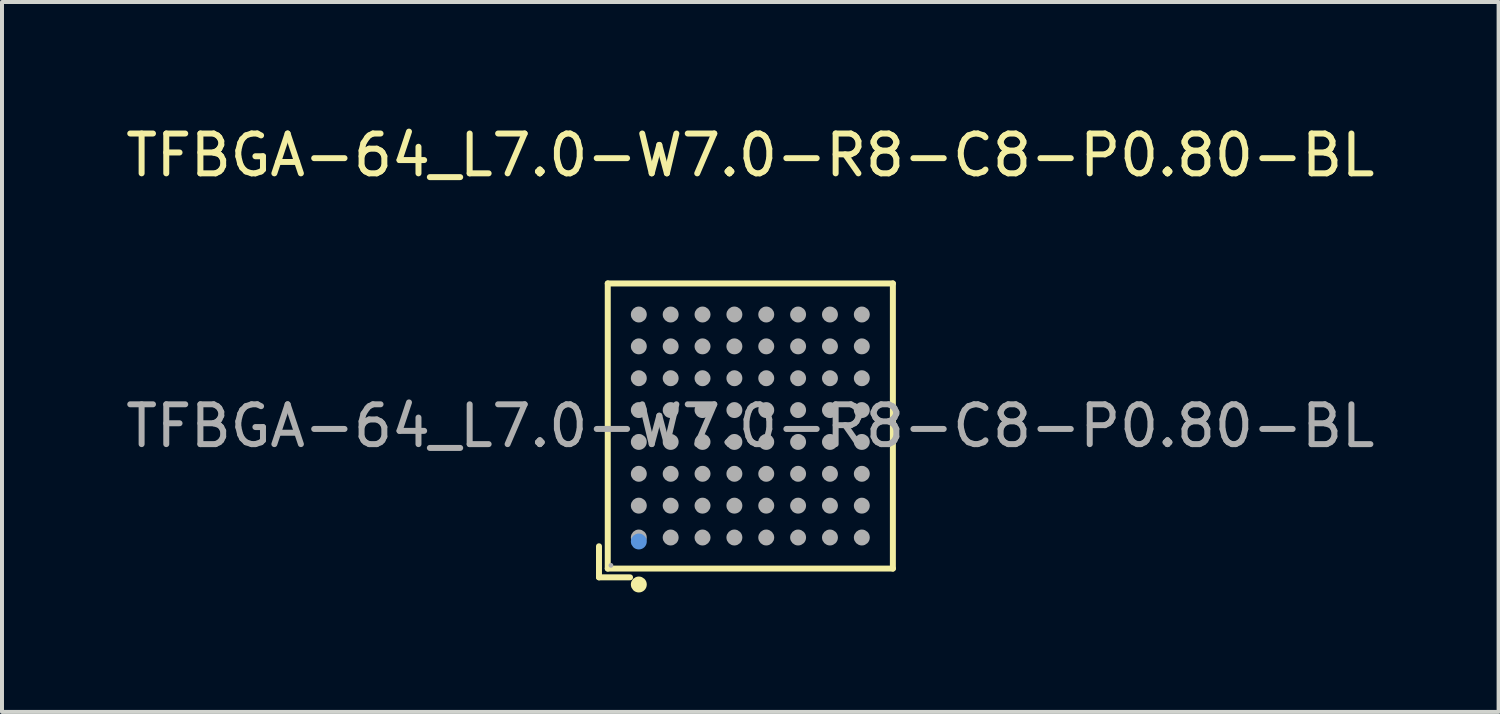
<source format=kicad_pcb>
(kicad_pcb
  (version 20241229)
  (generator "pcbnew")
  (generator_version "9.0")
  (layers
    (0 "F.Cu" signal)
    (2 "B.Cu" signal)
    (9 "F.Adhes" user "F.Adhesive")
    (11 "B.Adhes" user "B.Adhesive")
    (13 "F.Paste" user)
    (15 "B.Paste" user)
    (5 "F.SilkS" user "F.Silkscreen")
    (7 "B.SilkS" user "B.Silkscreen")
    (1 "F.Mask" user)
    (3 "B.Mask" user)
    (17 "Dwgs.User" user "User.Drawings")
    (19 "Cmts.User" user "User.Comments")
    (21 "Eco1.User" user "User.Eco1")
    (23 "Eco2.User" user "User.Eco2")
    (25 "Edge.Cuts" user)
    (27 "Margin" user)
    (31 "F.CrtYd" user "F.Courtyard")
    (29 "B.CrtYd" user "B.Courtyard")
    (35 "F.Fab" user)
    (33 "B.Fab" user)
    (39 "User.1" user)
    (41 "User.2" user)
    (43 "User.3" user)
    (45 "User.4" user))
  (footprint "TFBGA-64_L7.0-W7.0-R8-C8-P0.80-BL"
    (layer "F.Cu")
    (at 15.792 7.648)
    (property "Reference" "TFBGA-64_L7.0-W7.0-R8-C8-P0.80-BL" (at 0 -6.8 0) (layer "F.SilkS") (effects (font (size 1 1) (thickness 0.15))))
    (attr through_hole)
    (fp_line (start -3.8 3.02) (end -3.8 3.8) (stroke (width 0.15) (type solid)) (layer "F.SilkS"))
    (fp_line (start -3.8 3.8) (end -3.02 3.8) (stroke (width 0.15) (type solid)) (layer "F.SilkS"))
    (fp_line (start -3.58 -3.58) (end 3.58 -3.58) (stroke (width 0.15) (type solid)) (layer "F.SilkS"))
    (fp_line (start -3.58 3.58) (end -3.58 -3.58) (stroke (width 0.15) (type solid)) (layer "F.SilkS"))
    (fp_line (start 3.58 -3.58) (end 3.58 3.58) (stroke (width 0.15) (type solid)) (layer "F.SilkS"))
    (fp_line (start 3.58 3.58) (end -3.58 3.58) (stroke (width 0.15) (type solid)) (layer "F.SilkS"))
    (fp_circle (center -2.8 3.98) (end -2.7 3.98) (stroke (width 0.2) (type solid)) (fill no) (layer "F.SilkS"))
    (fp_circle (center -2.8 2.9) (end -2.7 2.9) (stroke (width 0.2) (type solid)) (fill no) (layer "Cmts.User"))
    (fp_circle (center -3.5 3.5) (end -3.47 3.5) (stroke (width 0.06) (type solid)) (fill no) (layer "F.Fab"))
    (fp_circle (center -2.8 -2.8) (end -2.7 -2.8) (stroke (width 0.2) (type solid)) (fill no) (layer "F.Fab"))
    (fp_circle (center -2.8 -2) (end -2.7 -2) (stroke (width 0.2) (type solid)) (fill no) (layer "F.Fab"))
    (fp_circle (center -2.8 -1.2) (end -2.7 -1.2) (stroke (width 0.2) (type solid)) (fill no) (layer "F.Fab"))
    (fp_circle (center -2.8 -0.4) (end -2.7 -0.4) (stroke (width 0.2) (type solid)) (fill no) (layer "F.Fab"))
    (fp_circle (center -2.8 0.4) (end -2.7 0.4) (stroke (width 0.2) (type solid)) (fill no) (layer "F.Fab"))
    (fp_circle (center -2.8 1.2) (end -2.7 1.2) (stroke (width 0.2) (type solid)) (fill no) (layer "F.Fab"))
    (fp_circle (center -2.8 2) (end -2.7 2) (stroke (width 0.2) (type solid)) (fill no) (layer "F.Fab"))
    (fp_circle (center -2.8 2.8) (end -2.7 2.8) (stroke (width 0.2) (type solid)) (fill no) (layer "F.Fab"))
    (fp_circle (center -2 -2.8) (end -1.9 -2.8) (stroke (width 0.2) (type solid)) (fill no) (layer "F.Fab"))
    (fp_circle (center -2 -2) (end -1.9 -2) (stroke (width 0.2) (type solid)) (fill no) (layer "F.Fab"))
    (fp_circle (center -2 -1.2) (end -1.9 -1.2) (stroke (width 0.2) (type solid)) (fill no) (layer "F.Fab"))
    (fp_circle (center -2 -0.4) (end -1.9 -0.4) (stroke (width 0.2) (type solid)) (fill no) (layer "F.Fab"))
    (fp_circle (center -2 0.4) (end -1.9 0.4) (stroke (width 0.2) (type solid)) (fill no) (layer "F.Fab"))
    (fp_circle (center -2 1.2) (end -1.9 1.2) (stroke (width 0.2) (type solid)) (fill no) (layer "F.Fab"))
    (fp_circle (center -2 2) (end -1.9 2) (stroke (width 0.2) (type solid)) (fill no) (layer "F.Fab"))
    (fp_circle (center -2 2.8) (end -1.9 2.8) (stroke (width 0.2) (type solid)) (fill no) (layer "F.Fab"))
    (fp_circle (center -1.2 -2.8) (end -1.1 -2.8) (stroke (width 0.2) (type solid)) (fill no) (layer "F.Fab"))
    (fp_circle (center -1.2 -2) (end -1.1 -2) (stroke (width 0.2) (type solid)) (fill no) (layer "F.Fab"))
    (fp_circle (center -1.2 -1.2) (end -1.1 -1.2) (stroke (width 0.2) (type solid)) (fill no) (layer "F.Fab"))
    (fp_circle (center -1.2 -0.4) (end -1.1 -0.4) (stroke (width 0.2) (type solid)) (fill no) (layer "F.Fab"))
    (fp_circle (center -1.2 0.4) (end -1.1 0.4) (stroke (width 0.2) (type solid)) (fill no) (layer "F.Fab"))
    (fp_circle (center -1.2 1.2) (end -1.1 1.2) (stroke (width 0.2) (type solid)) (fill no) (layer "F.Fab"))
    (fp_circle (center -1.2 2) (end -1.1 2) (stroke (width 0.2) (type solid)) (fill no) (layer "F.Fab"))
    (fp_circle (center -1.2 2.8) (end -1.1 2.8) (stroke (width 0.2) (type solid)) (fill no) (layer "F.Fab"))
    (fp_circle (center -0.4 -2.8) (end -0.3 -2.8) (stroke (width 0.2) (type solid)) (fill no) (layer "F.Fab"))
    (fp_circle (center -0.4 -2) (end -0.3 -2) (stroke (width 0.2) (type solid)) (fill no) (layer "F.Fab"))
    (fp_circle (center -0.4 -1.2) (end -0.3 -1.2) (stroke (width 0.2) (type solid)) (fill no) (layer "F.Fab"))
    (fp_circle (center -0.4 -0.4) (end -0.3 -0.4) (stroke (width 0.2) (type solid)) (fill no) (layer "F.Fab"))
    (fp_circle (center -0.4 0.4) (end -0.3 0.4) (stroke (width 0.2) (type solid)) (fill no) (layer "F.Fab"))
    (fp_circle (center -0.4 1.2) (end -0.3 1.2) (stroke (width 0.2) (type solid)) (fill no) (layer "F.Fab"))
    (fp_circle (center -0.4 2) (end -0.3 2) (stroke (width 0.2) (type solid)) (fill no) (layer "F.Fab"))
    (fp_circle (center -0.4 2.8) (end -0.3 2.8) (stroke (width 0.2) (type solid)) (fill no) (layer "F.Fab"))
    (fp_circle (center 0.4 -2.8) (end 0.5 -2.8) (stroke (width 0.2) (type solid)) (fill no) (layer "F.Fab"))
    (fp_circle (center 0.4 -2) (end 0.5 -2) (stroke (width 0.2) (type solid)) (fill no) (layer "F.Fab"))
    (fp_circle (center 0.4 -1.2) (end 0.5 -1.2) (stroke (width 0.2) (type solid)) (fill no) (layer "F.Fab"))
    (fp_circle (center 0.4 -0.4) (end 0.5 -0.4) (stroke (width 0.2) (type solid)) (fill no) (layer "F.Fab"))
    (fp_circle (center 0.4 0.4) (end 0.5 0.4) (stroke (width 0.2) (type solid)) (fill no) (layer "F.Fab"))
    (fp_circle (center 0.4 1.2) (end 0.5 1.2) (stroke (width 0.2) (type solid)) (fill no) (layer "F.Fab"))
    (fp_circle (center 0.4 2) (end 0.5 2) (stroke (width 0.2) (type solid)) (fill no) (layer "F.Fab"))
    (fp_circle (center 0.4 2.8) (end 0.5 2.8) (stroke (width 0.2) (type solid)) (fill no) (layer "F.Fab"))
    (fp_circle (center 1.2 -2.8) (end 1.3 -2.8) (stroke (width 0.2) (type solid)) (fill no) (layer "F.Fab"))
    (fp_circle (center 1.2 -2) (end 1.3 -2) (stroke (width 0.2) (type solid)) (fill no) (layer "F.Fab"))
    (fp_circle (center 1.2 -1.2) (end 1.3 -1.2) (stroke (width 0.2) (type solid)) (fill no) (layer "F.Fab"))
    (fp_circle (center 1.2 -0.4) (end 1.3 -0.4) (stroke (width 0.2) (type solid)) (fill no) (layer "F.Fab"))
    (fp_circle (center 1.2 0.4) (end 1.3 0.4) (stroke (width 0.2) (type solid)) (fill no) (layer "F.Fab"))
    (fp_circle (center 1.2 1.2) (end 1.3 1.2) (stroke (width 0.2) (type solid)) (fill no) (layer "F.Fab"))
    (fp_circle (center 1.2 2) (end 1.3 2) (stroke (width 0.2) (type solid)) (fill no) (layer "F.Fab"))
    (fp_circle (center 1.2 2.8) (end 1.3 2.8) (stroke (width 0.2) (type solid)) (fill no) (layer "F.Fab"))
    (fp_circle (center 2 -2.8) (end 2.1 -2.8) (stroke (width 0.2) (type solid)) (fill no) (layer "F.Fab"))
    (fp_circle (center 2 -2) (end 2.1 -2) (stroke (width 0.2) (type solid)) (fill no) (layer "F.Fab"))
    (fp_circle (center 2 -1.2) (end 2.1 -1.2) (stroke (width 0.2) (type solid)) (fill no) (layer "F.Fab"))
    (fp_circle (center 2 -0.4) (end 2.1 -0.4) (stroke (width 0.2) (type solid)) (fill no) (layer "F.Fab"))
    (fp_circle (center 2 0.4) (end 2.1 0.4) (stroke (width 0.2) (type solid)) (fill no) (layer "F.Fab"))
    (fp_circle (center 2 1.2) (end 2.1 1.2) (stroke (width 0.2) (type solid)) (fill no) (layer "F.Fab"))
    (fp_circle (center 2 2) (end 2.1 2) (stroke (width 0.2) (type solid)) (fill no) (layer "F.Fab"))
    (fp_circle (center 2 2.8) (end 2.1 2.8) (stroke (width 0.2) (type solid)) (fill no) (layer "F.Fab"))
    (fp_circle (center 2.8 -2.8) (end 2.9 -2.8) (stroke (width 0.2) (type solid)) (fill no) (layer "F.Fab"))
    (fp_circle (center 2.8 -2) (end 2.9 -2) (stroke (width 0.2) (type solid)) (fill no) (layer "F.Fab"))
    (fp_circle (center 2.8 -1.2) (end 2.9 -1.2) (stroke (width 0.2) (type solid)) (fill no) (layer "F.Fab"))
    (fp_circle (center 2.8 -0.4) (end 2.9 -0.4) (stroke (width 0.2) (type solid)) (fill no) (layer "F.Fab"))
    (fp_circle (center 2.8 0.4) (end 2.9 0.4) (stroke (width 0.2) (type solid)) (fill no) (layer "F.Fab"))
    (fp_circle (center 2.8 1.2) (end 2.9 1.2) (stroke (width 0.2) (type solid)) (fill no) (layer "F.Fab"))
    (fp_circle (center 2.8 2) (end 2.9 2) (stroke (width 0.2) (type solid)) (fill no) (layer "F.Fab"))
    (fp_circle (center 2.8 2.8) (end 2.9 2.8) (stroke (width 0.2) (type solid)) (fill no) (layer "F.Fab"))
    (fp_text user "${REFERENCE}" (at 0 0 0) (layer "F.Fab") (effects (font (size 1 1) (thickness 0.15))))
    (pad "A1" smd circle (at -2.8 2.8) (size 0.32 0.32) (layers "F.Cu" "F.Mask" "F.Paste"))
    (pad "A2" smd circle (at -2.8 2) (size 0.32 0.32) (layers "F.Cu" "F.Mask" "F.Paste"))
    (pad "A3" smd circle (at -2.8 1.2) (size 0.32 0.32) (layers "F.Cu" "F.Mask" "F.Paste"))
    (pad "A4" smd circle (at -2.8 0.4) (size 0.32 0.32) (layers "F.Cu" "F.Mask" "F.Paste"))
    (pad "A5" smd circle (at -2.8 -0.4) (size 0.32 0.32) (layers "F.Cu" "F.Mask" "F.Paste"))
    (pad "A6" smd circle (at -2.8 -1.2) (size 0.32 0.32) (layers "F.Cu" "F.Mask" "F.Paste"))
    (pad "A7" smd circle (at -2.8 -2) (size 0.32 0.32) (layers "F.Cu" "F.Mask" "F.Paste"))
    (pad "A8" smd circle (at -2.8 -2.8) (size 0.32 0.32) (layers "F.Cu" "F.Mask" "F.Paste"))
    (pad "B1" smd circle (at -2 2.8) (size 0.32 0.32) (layers "F.Cu" "F.Mask" "F.Paste"))
    (pad "B2" smd circle (at -2 2) (size 0.32 0.32) (layers "F.Cu" "F.Mask" "F.Paste"))
    (pad "B3" smd circle (at -2 1.2) (size 0.32 0.32) (layers "F.Cu" "F.Mask" "F.Paste"))
    (pad "B4" smd circle (at -2 0.4) (size 0.32 0.32) (layers "F.Cu" "F.Mask" "F.Paste"))
    (pad "B5" smd circle (at -2 -0.4) (size 0.32 0.32) (layers "F.Cu" "F.Mask" "F.Paste"))
    (pad "B6" smd circle (at -2 -1.2) (size 0.32 0.32) (layers "F.Cu" "F.Mask" "F.Paste"))
    (pad "B7" smd circle (at -2 -2) (size 0.32 0.32) (layers "F.Cu" "F.Mask" "F.Paste"))
    (pad "B8" smd circle (at -2 -2.8) (size 0.32 0.32) (layers "F.Cu" "F.Mask" "F.Paste"))
    (pad "C1" smd circle (at -1.2 2.8) (size 0.32 0.32) (layers "F.Cu" "F.Mask" "F.Paste"))
    (pad "C2" smd circle (at -1.2 2) (size 0.32 0.32) (layers "F.Cu" "F.Mask" "F.Paste"))
    (pad "C3" smd circle (at -1.2 1.2) (size 0.32 0.32) (layers "F.Cu" "F.Mask" "F.Paste"))
    (pad "C4" smd circle (at -1.2 0.4) (size 0.32 0.32) (layers "F.Cu" "F.Mask" "F.Paste"))
    (pad "C5" smd circle (at -1.2 -0.4) (size 0.32 0.32) (layers "F.Cu" "F.Mask" "F.Paste"))
    (pad "C6" smd circle (at -1.2 -1.2) (size 0.32 0.32) (layers "F.Cu" "F.Mask" "F.Paste"))
    (pad "C7" smd circle (at -1.2 -2) (size 0.32 0.32) (layers "F.Cu" "F.Mask" "F.Paste"))
    (pad "C8" smd circle (at -1.2 -2.8) (size 0.32 0.32) (layers "F.Cu" "F.Mask" "F.Paste"))
    (pad "D1" smd circle (at -0.4 2.8) (size 0.32 0.32) (layers "F.Cu" "F.Mask" "F.Paste"))
    (pad "D2" smd circle (at -0.4 2) (size 0.32 0.32) (layers "F.Cu" "F.Mask" "F.Paste"))
    (pad "D3" smd circle (at -0.4 1.2) (size 0.32 0.32) (layers "F.Cu" "F.Mask" "F.Paste"))
    (pad "D4" smd circle (at -0.4 0.4) (size 0.32 0.32) (layers "F.Cu" "F.Mask" "F.Paste"))
    (pad "D5" smd circle (at -0.4 -0.4) (size 0.32 0.32) (layers "F.Cu" "F.Mask" "F.Paste"))
    (pad "D6" smd circle (at -0.4 -1.2) (size 0.32 0.32) (layers "F.Cu" "F.Mask" "F.Paste"))
    (pad "D7" smd circle (at -0.4 -2) (size 0.32 0.32) (layers "F.Cu" "F.Mask" "F.Paste"))
    (pad "D8" smd circle (at -0.4 -2.8) (size 0.32 0.32) (layers "F.Cu" "F.Mask" "F.Paste"))
    (pad "E1" smd circle (at 0.4 2.8) (size 0.32 0.32) (layers "F.Cu" "F.Mask" "F.Paste"))
    (pad "E2" smd circle (at 0.4 2) (size 0.32 0.32) (layers "F.Cu" "F.Mask" "F.Paste"))
    (pad "E3" smd circle (at 0.4 1.2) (size 0.32 0.32) (layers "F.Cu" "F.Mask" "F.Paste"))
    (pad "E4" smd circle (at 0.4 0.4) (size 0.32 0.32) (layers "F.Cu" "F.Mask" "F.Paste"))
    (pad "E5" smd circle (at 0.4 -0.4) (size 0.32 0.32) (layers "F.Cu" "F.Mask" "F.Paste"))
    (pad "E6" smd circle (at 0.4 -1.2) (size 0.32 0.32) (layers "F.Cu" "F.Mask" "F.Paste"))
    (pad "E7" smd circle (at 0.4 -2) (size 0.32 0.32) (layers "F.Cu" "F.Mask" "F.Paste"))
    (pad "E8" smd circle (at 0.4 -2.8) (size 0.32 0.32) (layers "F.Cu" "F.Mask" "F.Paste"))
    (pad "F1" smd circle (at 1.2 2.8) (size 0.32 0.32) (layers "F.Cu" "F.Mask" "F.Paste"))
    (pad "F2" smd circle (at 1.2 2) (size 0.32 0.32) (layers "F.Cu" "F.Mask" "F.Paste"))
    (pad "F3" smd circle (at 1.2 1.2) (size 0.32 0.32) (layers "F.Cu" "F.Mask" "F.Paste"))
    (pad "F4" smd circle (at 1.2 0.4) (size 0.32 0.32) (layers "F.Cu" "F.Mask" "F.Paste"))
    (pad "F5" smd circle (at 1.2 -0.4) (size 0.32 0.32) (layers "F.Cu" "F.Mask" "F.Paste"))
    (pad "F6" smd circle (at 1.2 -1.2) (size 0.32 0.32) (layers "F.Cu" "F.Mask" "F.Paste"))
    (pad "F7" smd circle (at 1.2 -2) (size 0.32 0.32) (layers "F.Cu" "F.Mask" "F.Paste"))
    (pad "F8" smd circle (at 1.2 -2.8) (size 0.32 0.32) (layers "F.Cu" "F.Mask" "F.Paste"))
    (pad "G1" smd circle (at 2 2.8) (size 0.32 0.32) (layers "F.Cu" "F.Mask" "F.Paste"))
    (pad "G2" smd circle (at 2 2) (size 0.32 0.32) (layers "F.Cu" "F.Mask" "F.Paste"))
    (pad "G3" smd circle (at 2 1.2) (size 0.32 0.32) (layers "F.Cu" "F.Mask" "F.Paste"))
    (pad "G4" smd circle (at 2 0.4) (size 0.32 0.32) (layers "F.Cu" "F.Mask" "F.Paste"))
    (pad "G5" smd circle (at 2 -0.4) (size 0.32 0.32) (layers "F.Cu" "F.Mask" "F.Paste"))
    (pad "G6" smd circle (at 2 -1.2) (size 0.32 0.32) (layers "F.Cu" "F.Mask" "F.Paste"))
    (pad "G7" smd circle (at 2 -2) (size 0.32 0.32) (layers "F.Cu" "F.Mask" "F.Paste"))
    (pad "G8" smd circle (at 2 -2.8) (size 0.32 0.32) (layers "F.Cu" "F.Mask" "F.Paste"))
    (pad "H1" smd circle (at 2.8 2.8) (size 0.32 0.32) (layers "F.Cu" "F.Mask" "F.Paste"))
    (pad "H2" smd circle (at 2.8 2) (size 0.32 0.32) (layers "F.Cu" "F.Mask" "F.Paste"))
    (pad "H3" smd circle (at 2.8 1.2) (size 0.32 0.32) (layers "F.Cu" "F.Mask" "F.Paste"))
    (pad "H4" smd circle (at 2.8 0.4) (size 0.32 0.32) (layers "F.Cu" "F.Mask" "F.Paste"))
    (pad "H5" smd circle (at 2.8 -0.4) (size 0.32 0.32) (layers "F.Cu" "F.Mask" "F.Paste"))
    (pad "H6" smd circle (at 2.8 -1.2) (size 0.32 0.32) (layers "F.Cu" "F.Mask" "F.Paste"))
    (pad "H7" smd circle (at 2.8 -2) (size 0.32 0.32) (layers "F.Cu" "F.Mask" "F.Paste"))
    (pad "H8" smd circle (at 2.8 -2.8) (size 0.32 0.32) (layers "F.Cu" "F.Mask" "F.Paste")))
  (gr_rect
    (start -3 -3)
    (end 34.583 14.828)
    (stroke (width 0.1) (type default))
    (fill no)
    (layer "Edge.Cuts")))
</source>
